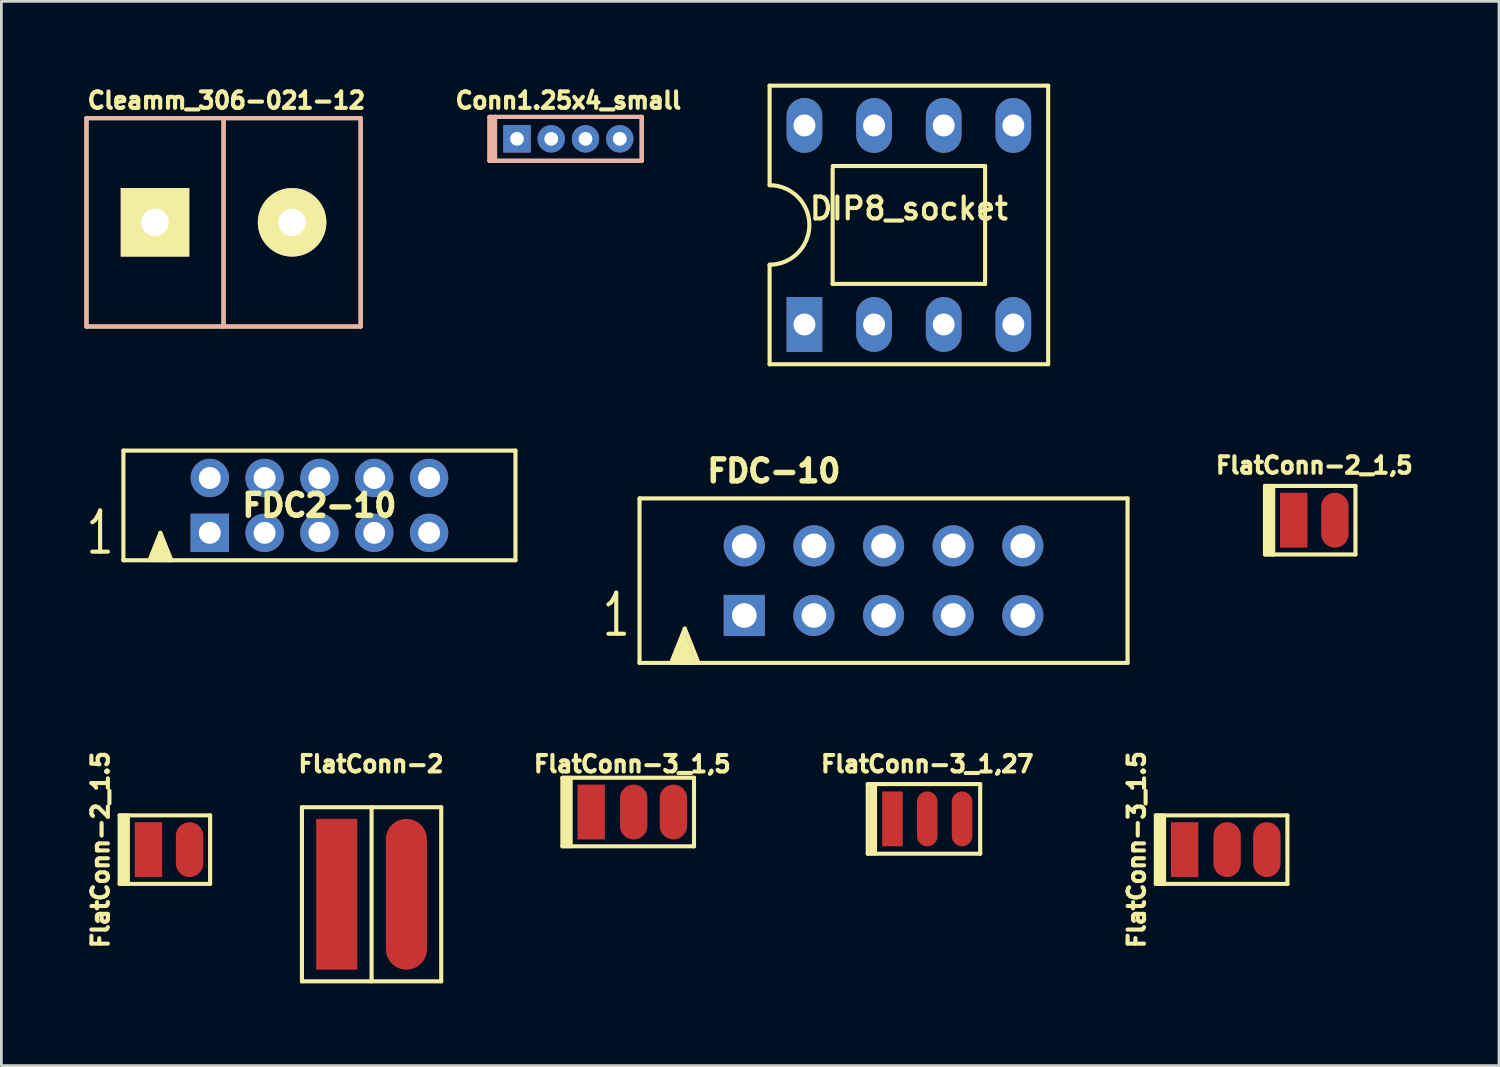
<source format=kicad_pcb>
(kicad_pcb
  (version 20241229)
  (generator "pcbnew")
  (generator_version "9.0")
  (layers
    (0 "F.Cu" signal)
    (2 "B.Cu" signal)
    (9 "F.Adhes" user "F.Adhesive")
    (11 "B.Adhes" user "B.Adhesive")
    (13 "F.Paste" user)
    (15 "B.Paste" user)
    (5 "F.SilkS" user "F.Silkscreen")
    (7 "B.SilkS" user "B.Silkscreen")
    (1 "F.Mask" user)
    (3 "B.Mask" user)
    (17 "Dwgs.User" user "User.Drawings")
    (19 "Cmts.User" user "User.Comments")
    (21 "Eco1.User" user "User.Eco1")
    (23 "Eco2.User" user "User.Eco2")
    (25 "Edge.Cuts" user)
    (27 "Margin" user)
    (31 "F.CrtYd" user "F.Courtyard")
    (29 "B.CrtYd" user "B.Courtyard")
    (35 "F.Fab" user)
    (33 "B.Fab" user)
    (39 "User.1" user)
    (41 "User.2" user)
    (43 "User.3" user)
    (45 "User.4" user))
  (footprint "Cleamm_306-021-12"
    (layer "F.Cu")
    (at 2.604 5.059)
    (property "Reference" "Cleamm_306-021-12" (at 2.603 -4.445 0) (layer "F.SilkS") (effects (font (size 0.6 0.6) (thickness 0.15))))
    (attr through_hole)
    (fp_line (start -2.5 3.8) (end -2.5 -3.8) (stroke (width 0.15) (type solid)) (layer "F.SilkS"))
    (fp_line (start 2.5 -3.8) (end 2.5 3.8) (stroke (width 0.15) (type solid)) (layer "F.SilkS"))
    (fp_line (start 7.5 -3.8) (end -2.5 -3.8) (stroke (width 0.15) (type solid)) (layer "F.SilkS"))
    (fp_line (start 7.5 -3.8) (end 7.5 3.8) (stroke (width 0.15) (type solid)) (layer "F.SilkS"))
    (fp_line (start 7.5 3.8) (end -2.5 3.8) (stroke (width 0.15) (type solid)) (layer "F.SilkS"))
    (fp_line (start -2.5 3.8) (end -2.5 -3.8) (stroke (width 0.15) (type solid)) (layer "B.SilkS"))
    (fp_line (start 2.5 -3.8) (end 2.5 3.8) (stroke (width 0.15) (type solid)) (layer "B.SilkS"))
    (fp_line (start 7.5 -3.8) (end -2.5 -3.8) (stroke (width 0.15) (type solid)) (layer "B.SilkS"))
    (fp_line (start 7.5 -3.8) (end 7.5 3.8) (stroke (width 0.15) (type solid)) (layer "B.SilkS"))
    (fp_line (start 7.5 3.8) (end -2.5 3.8) (stroke (width 0.15) (type solid)) (layer "B.SilkS"))
    (pad "1" thru_hole rect (at 0 0) (size 2.5 2.5) (drill 1) (layers "*.Cu" "*.Mask" "F.SilkS"))
    (pad "2" thru_hole circle (at 5 0) (size 2.5 2.5) (drill 1) (layers "*.Cu" "*.Mask" "F.SilkS")))
  (footprint "FlatConn-3_1,5"
    (layer "F.Cu")
    (at 20.013 26.568)
    (property "Reference" "FlatConn-3_1,5" (at 0 -1.75 0) (layer "F.SilkS") (effects (font (size 0.6 0.6) (thickness 0.15))))
    (attr through_hole)
    (fp_line (start -2.55 -1.25) (end 2.25 -1.25) (stroke (width 0.15) (type solid)) (layer "F.SilkS"))
    (fp_line (start -2.55 1.25) (end -2.55 -1.25) (stroke (width 0.15) (type solid)) (layer "F.SilkS"))
    (fp_line (start -2.45 -1.25) (end -2.45 1.25) (stroke (width 0.15) (type solid)) (layer "F.SilkS"))
    (fp_line (start -2.35 1.25) (end -2.35 -1.25) (stroke (width 0.15) (type solid)) (layer "F.SilkS"))
    (fp_line (start -2.25 1.25) (end -2.25 -1.25) (stroke (width 0.15) (type solid)) (layer "F.SilkS"))
    (fp_line (start 2.25 1.25) (end -2.55 1.25) (stroke (width 0.15) (type solid)) (layer "F.SilkS"))
    (fp_line (start 2.25 1.25) (end 2.25 -1.25) (stroke (width 0.15) (type solid)) (layer "F.SilkS"))
    (pad "1" smd rect (at -1.5 0) (size 1 2) (layers "F.Cu" "F.Mask" "F.Paste"))
    (pad "2" smd oval (at 0.05 0) (size 1 2) (layers "F.Cu" "F.Mask" "F.Paste"))
    (pad "3" smd oval (at 1.5 0) (size 1 2) (layers "F.Cu" "F.Mask" "F.Paste")))
  (footprint "FlatConn-2"
    (layer "F.Cu")
    (at 10.483 29.568)
    (property "Reference" "FlatConn-2" (at 0 -4.75 0) (layer "F.SilkS") (effects (font (size 0.6 0.6) (thickness 0.15))))
    (attr through_hole)
    (fp_line (start -2.52 -3.175) (end -2.52 3.175) (stroke (width 0.15) (type solid)) (layer "F.SilkS"))
    (fp_line (start -2.52 3.175) (end 2.56 3.175) (stroke (width 0.15) (type solid)) (layer "F.SilkS"))
    (fp_line (start 0.02 3.175) (end 0.02 -3.175) (stroke (width 0.15) (type solid)) (layer "F.SilkS"))
    (fp_line (start 2.56 -3.175) (end -2.52 -3.175) (stroke (width 0.15) (type solid)) (layer "F.SilkS"))
    (fp_line (start 2.56 3.175) (end 2.56 -3.175) (stroke (width 0.15) (type solid)) (layer "F.SilkS"))
    (pad "1" smd rect (at -1.25 0) (size 1.5 5.5) (layers "F.Cu" "F.Mask" "F.Paste"))
    (pad "2" smd oval (at 1.29 0) (size 1.5 5.5) (layers "F.Cu" "F.Mask" "F.Paste")))
  (footprint "Conn1.25x4_small"
    (layer "F.Cu")
    (at 17.681 2.014)
    (property "Reference" "Conn1.25x4_small" (at 0 -1.4 0) (layer "F.SilkS") (effects (font (size 0.6 0.6) (thickness 0.15))))
    (attr through_hole)
    (fp_line (start -2.875 -0.8) (end -2.675 -0.8) (stroke (width 0.15) (type solid)) (layer "F.SilkS"))
    (fp_line (start -2.875 0.8) (end -2.875 -0.8) (stroke (width 0.15) (type solid)) (layer "F.SilkS"))
    (fp_line (start -2.875 0.8) (end -2.675 0.8) (stroke (width 0.15) (type solid)) (layer "F.SilkS"))
    (fp_line (start -2.802 0.8) (end -2.802 -0.8) (stroke (width 0.15) (type solid)) (layer "F.SilkS"))
    (fp_line (start -2.675 -0.8) (end 2.675 -0.8) (stroke (width 0.15) (type solid)) (layer "F.SilkS"))
    (fp_line (start -2.675 0.8) (end -2.675 -0.8) (stroke (width 0.15) (type solid)) (layer "F.SilkS"))
    (fp_line (start 2.675 -0.8) (end 2.675 0.8) (stroke (width 0.15) (type solid)) (layer "F.SilkS"))
    (fp_line (start 2.675 0.8) (end -2.675 0.8) (stroke (width 0.15) (type solid)) (layer "F.SilkS"))
    (fp_line (start -2.875 -0.8) (end -2.675 -0.8) (stroke (width 0.15) (type solid)) (layer "B.SilkS"))
    (fp_line (start -2.875 0.8) (end -2.875 -0.8) (stroke (width 0.15) (type solid)) (layer "B.SilkS"))
    (fp_line (start -2.875 0.8) (end -2.675 0.8) (stroke (width 0.15) (type solid)) (layer "B.SilkS"))
    (fp_line (start -2.802 0.8) (end -2.802 -0.8) (stroke (width 0.15) (type solid)) (layer "B.SilkS"))
    (fp_line (start -2.675 -0.8) (end 2.675 -0.8) (stroke (width 0.15) (type solid)) (layer "B.SilkS"))
    (fp_line (start -2.675 0.8) (end -2.675 -0.8) (stroke (width 0.15) (type solid)) (layer "B.SilkS"))
    (fp_line (start 2.675 -0.8) (end 2.675 0.8) (stroke (width 0.15) (type solid)) (layer "B.SilkS"))
    (fp_line (start 2.675 0.8) (end -2.675 0.8) (stroke (width 0.15) (type solid)) (layer "B.SilkS"))
    (pad "1" thru_hole rect (at -1.875 0) (size 1 1) (drill 0.5) (layers "*.Cu" "*.Mask"))
    (pad "2" thru_hole circle (at -0.625 0) (size 1 1) (drill 0.5) (layers "*.Cu" "*.Mask"))
    (pad "3" thru_hole circle (at 0.625 0) (size 1 1) (drill 0.5) (layers "*.Cu" "*.Mask"))
    (pad "4" thru_hole circle (at 1.875 0) (size 1 1) (drill 0.5) (layers "*.Cu" "*.Mask")))
  (footprint "FDC2-10"
    (layer "F.Cu")
    (at 8.601 15.385)
    (property "Reference" "FDC2-10" (at 0 0 0) (layer "F.SilkS") (effects (font (size 0.8 0.8) (thickness 0.2))))
    (attr through_hole)
    (fp_line (start -7.15 2) (end -7.15 -2) (stroke (width 0.15) (type solid)) (layer "F.SilkS"))
    (fp_line (start -6.2 2) (end -5.8 1) (stroke (width 0.15) (type solid)) (layer "F.SilkS"))
    (fp_line (start -6 2) (end -6.1 1.8) (stroke (width 0.15) (type solid)) (layer "F.SilkS"))
    (fp_line (start -5.9 2) (end -6 1.7) (stroke (width 0.15) (type solid)) (layer "F.SilkS"))
    (fp_line (start -5.8 1) (end -5.4 2) (stroke (width 0.15) (type solid)) (layer "F.SilkS"))
    (fp_line (start -5.8 2) (end -6 1.6) (stroke (width 0.15) (type solid)) (layer "F.SilkS"))
    (fp_line (start -5.7 2) (end -5.9 1.5) (stroke (width 0.15) (type solid)) (layer "F.SilkS"))
    (fp_line (start -5.6 2) (end -5.9 1.3) (stroke (width 0.15) (type solid)) (layer "F.SilkS"))
    (fp_line (start -5.5 2) (end -5.8 1.2) (stroke (width 0.15) (type solid)) (layer "F.SilkS"))
    (fp_line (start 7.15 -2) (end -7.15 -2) (stroke (width 0.15) (type solid)) (layer "F.SilkS"))
    (fp_line (start 7.15 2) (end -7.15 2) (stroke (width 0.15) (type solid)) (layer "F.SilkS"))
    (fp_line (start 7.15 2) (end 7.15 -2) (stroke (width 0.15) (type solid)) (layer "F.SilkS"))
    (fp_text user "1" (at -8 1 0) (layer "F.SilkS") (effects (font (size 1.5 1) (thickness 0.15))))
    (pad "1" thru_hole rect (at -4 1) (size 1.4 1.4) (drill 0.8) (layers "*.Cu" "*.Mask"))
    (pad "2" thru_hole circle (at -4 -1) (size 1.4 1.4) (drill 0.8) (layers "*.Cu" "*.Mask"))
    (pad "3" thru_hole circle (at -2 1) (size 1.4 1.4) (drill 0.8) (layers "*.Cu" "*.Mask"))
    (pad "4" thru_hole circle (at -2 -1) (size 1.4 1.4) (drill 0.8) (layers "*.Cu" "*.Mask"))
    (pad "5" thru_hole circle (at 0 1) (size 1.4 1.4) (drill 0.8) (layers "*.Cu" "*.Mask"))
    (pad "6" thru_hole circle (at 0 -1) (size 1.4 1.4) (drill 0.8) (layers "*.Cu" "*.Mask"))
    (pad "7" thru_hole circle (at 2 1) (size 1.4 1.4) (drill 0.8) (layers "*.Cu" "*.Mask"))
    (pad "8" thru_hole circle (at 2 -1) (size 1.4 1.4) (drill 0.8) (layers "*.Cu" "*.Mask"))
    (pad "9" thru_hole circle (at 4 1) (size 1.4 1.4) (drill 0.8) (layers "*.Cu" "*.Mask"))
    (pad "10" thru_hole circle (at 4 -1) (size 1.4 1.4) (drill 0.8) (layers "*.Cu" "*.Mask")))
  (footprint "FlatConn-2_1,5"
    (layer "F.Cu")
    (at 44.889 15.924)
    (property "Reference" "FlatConn-2_1,5" (at 0 -2 0) (layer "F.SilkS") (effects (font (size 0.6 0.6) (thickness 0.15))))
    (attr through_hole)
    (fp_line (start -1.8 1.25) (end -1.8 -1.25) (stroke (width 0.15) (type solid)) (layer "F.SilkS"))
    (fp_line (start -1.7 -1.25) (end -1.7 1.25) (stroke (width 0.15) (type solid)) (layer "F.SilkS"))
    (fp_line (start -1.6 1.25) (end -1.6 -1.25) (stroke (width 0.15) (type solid)) (layer "F.SilkS"))
    (fp_line (start -1.5 -1.25) (end -1.8 -1.25) (stroke (width 0.15) (type solid)) (layer "F.SilkS"))
    (fp_line (start -1.5 -1.25) (end 1.5 -1.25) (stroke (width 0.15) (type solid)) (layer "F.SilkS"))
    (fp_line (start -1.5 1.25) (end -1.8 1.25) (stroke (width 0.15) (type solid)) (layer "F.SilkS"))
    (fp_line (start -1.5 1.25) (end -1.5 -1.25) (stroke (width 0.15) (type solid)) (layer "F.SilkS"))
    (fp_line (start 1.5 1.25) (end -1.5 1.25) (stroke (width 0.15) (type solid)) (layer "F.SilkS"))
    (fp_line (start 1.5 1.25) (end 1.5 -1.25) (stroke (width 0.15) (type solid)) (layer "F.SilkS"))
    (pad "1" smd rect (at -0.75 0) (size 1 2) (layers "F.Cu" "F.Mask" "F.Paste"))
    (pad "2" smd oval (at 0.75 0) (size 1 2) (layers "F.Cu" "F.Mask" "F.Paste")))
  (footprint "FlatConn-3_1.5"
    (layer "F.Cu")
    (at 41.658 27.94)
    (property "Reference" "FlatConn-3_1.5" (at -3.25 0 90) (layer "F.SilkS") (effects (font (size 0.6 0.6) (thickness 0.15))))
    (attr through_hole)
    (fp_line (start -2.55 -1.25) (end 2.25 -1.25) (stroke (width 0.15) (type solid)) (layer "F.SilkS"))
    (fp_line (start -2.55 1.25) (end -2.55 -1.25) (stroke (width 0.15) (type solid)) (layer "F.SilkS"))
    (fp_line (start -2.45 -1.25) (end -2.45 1.25) (stroke (width 0.15) (type solid)) (layer "F.SilkS"))
    (fp_line (start -2.35 1.25) (end -2.35 -1.25) (stroke (width 0.15) (type solid)) (layer "F.SilkS"))
    (fp_line (start -2.25 1.25) (end -2.25 -1.25) (stroke (width 0.15) (type solid)) (layer "F.SilkS"))
    (fp_line (start 2.25 1.25) (end -2.55 1.25) (stroke (width 0.15) (type solid)) (layer "F.SilkS"))
    (fp_line (start 2.25 1.25) (end 2.25 -1.25) (stroke (width 0.15) (type solid)) (layer "F.SilkS"))
    (pad "1" smd rect (at -1.5 0) (size 1 2) (layers "F.Cu" "F.Mask" "F.Paste"))
    (pad "2" smd oval (at 0.05 0) (size 1 2) (layers "F.Cu" "F.Mask" "F.Paste"))
    (pad "3" smd oval (at 1.5 0) (size 1 2) (layers "F.Cu" "F.Mask" "F.Paste")))
  (footprint "FDC-10"
    (layer "F.Cu")
    (at 29.177 18.129)
    (property "Reference" "FDC-10" (at -4 -4 0) (layer "F.SilkS") (effects (font (size 0.8 0.8) (thickness 0.2))))
    (attr through_hole)
    (fp_line (start -8.9 3) (end -8.9 -3) (stroke (width 0.15) (type solid)) (layer "F.SilkS"))
    (fp_line (start -7.75 3) (end -7.25 1.75) (stroke (width 0.15) (type solid)) (layer "F.SilkS"))
    (fp_line (start -7.7 3) (end -7.3 2) (stroke (width 0.15) (type solid)) (layer "F.SilkS"))
    (fp_line (start -7.5 3) (end -7.6 2.8) (stroke (width 0.15) (type solid)) (layer "F.SilkS"))
    (fp_line (start -7.4 3) (end -7.6 2.7) (stroke (width 0.15) (type solid)) (layer "F.SilkS"))
    (fp_line (start -7.3 2) (end -6.9 3) (stroke (width 0.15) (type solid)) (layer "F.SilkS"))
    (fp_line (start -7.3 3) (end -7.5 2.6) (stroke (width 0.15) (type solid)) (layer "F.SilkS"))
    (fp_line (start -7.25 1.75) (end -6.75 3) (stroke (width 0.15) (type solid)) (layer "F.SilkS"))
    (fp_line (start -7.2 3) (end -7.5 2.4) (stroke (width 0.15) (type solid)) (layer "F.SilkS"))
    (fp_line (start -7.1 3) (end -7.4 2.3) (stroke (width 0.15) (type solid)) (layer "F.SilkS"))
    (fp_line (start -7 3) (end -7.3 2.2) (stroke (width 0.15) (type solid)) (layer "F.SilkS"))
    (fp_line (start 8.9 -3) (end -8.9 -3) (stroke (width 0.15) (type solid)) (layer "F.SilkS"))
    (fp_line (start 8.9 3) (end -8.9 3) (stroke (width 0.15) (type solid)) (layer "F.SilkS"))
    (fp_line (start 8.9 3) (end 8.9 -3) (stroke (width 0.15) (type solid)) (layer "F.SilkS"))
    (fp_text user "1" (at -9.75 1.25 0) (layer "F.SilkS") (effects (font (size 1.5 1) (thickness 0.15))))
    (pad "1" thru_hole rect (at -5.08 1.27) (size 1.5 1.5) (drill 0.9) (layers "*.Cu" "*.Mask"))
    (pad "2" thru_hole circle (at -5.08 -1.27) (size 1.5 1.5) (drill 0.9) (layers "*.Cu" "*.Mask"))
    (pad "3" thru_hole circle (at -2.54 1.27) (size 1.5 1.5) (drill 0.9) (layers "*.Cu" "*.Mask"))
    (pad "4" thru_hole circle (at -2.54 -1.27) (size 1.5 1.5) (drill 0.9) (layers "*.Cu" "*.Mask"))
    (pad "5" thru_hole circle (at 0 1.27) (size 1.5 1.5) (drill 0.9) (layers "*.Cu" "*.Mask"))
    (pad "6" thru_hole circle (at 0 -1.27) (size 1.5 1.5) (drill 0.9) (layers "*.Cu" "*.Mask"))
    (pad "7" thru_hole circle (at 2.54 1.27) (size 1.5 1.5) (drill 0.9) (layers "*.Cu" "*.Mask"))
    (pad "8" thru_hole circle (at 2.54 -1.27) (size 1.5 1.5) (drill 0.9) (layers "*.Cu" "*.Mask"))
    (pad "9" thru_hole circle (at 5.08 1.27) (size 1.5 1.5) (drill 0.9) (layers "*.Cu" "*.Mask"))
    (pad "10" thru_hole circle (at 5.08 -1.27) (size 1.5 1.5) (drill 0.9) (layers "*.Cu" "*.Mask")))
  (footprint "FlatConn-3_1,27"
    (layer "F.Cu")
    (at 30.771 26.818)
    (property "Reference" "FlatConn-3_1,27" (at 0 -2 0) (layer "F.SilkS") (effects (font (size 0.6 0.6) (thickness 0.15))))
    (attr through_hole)
    (fp_line (start -2.17 -1.27) (end 1.93 -1.27) (stroke (width 0.15) (type solid)) (layer "F.SilkS"))
    (fp_line (start -2.17 1.27) (end -2.17 -1.27) (stroke (width 0.15) (type solid)) (layer "F.SilkS"))
    (fp_line (start -2.17 1.27) (end 1.93 1.27) (stroke (width 0.15) (type solid)) (layer "F.SilkS"))
    (fp_line (start -2.032 -1.27) (end -2.032 1.27) (stroke (width 0.15) (type solid)) (layer "F.SilkS"))
    (fp_line (start -1.905 1.27) (end -1.905 -1.27) (stroke (width 0.15) (type solid)) (layer "F.SilkS"))
    (fp_line (start 1.93 -1.27) (end 1.93 1.27) (stroke (width 0.15) (type solid)) (layer "F.SilkS"))
    (pad "1" smd rect (at -1.27 0) (size 0.75 2) (layers "F.Cu" "F.Mask" "F.Paste"))
    (pad "2" smd oval (at 0 0) (size 0.75 2) (layers "F.Cu" "F.Mask" "F.Paste"))
    (pad "3" smd oval (at 1.27 0) (size 0.75 2) (layers "F.Cu" "F.Mask" "F.Paste")))
  (footprint "DIP8_socket"
    (layer "F.Cu")
    (at 30.101 5.155)
    (property "Reference" "DIP8_socket" (at 0 -0.6 180) (layer "F.SilkS") (effects (font (size 0.8 0.8) (thickness 0.15))))
    (attr through_hole)
    (fp_line (start -5.08 -5.08) (end -5.08 -1.45) (stroke (width 0.15) (type solid)) (layer "F.SilkS"))
    (fp_line (start -5.08 1.45) (end -5.08 5.08) (stroke (width 0.15) (type solid)) (layer "F.SilkS"))
    (fp_line (start -5.08 5.08) (end 5.08 5.08) (stroke (width 0.15) (type solid)) (layer "F.SilkS"))
    (fp_line (start -2.78 -2.15) (end 2.78 -2.15) (stroke (width 0.15) (type solid)) (layer "F.SilkS"))
    (fp_line (start -2.78 2.15) (end -2.78 -2.05) (stroke (width 0.15) (type solid)) (layer "F.SilkS"))
    (fp_line (start -2.78 2.15) (end 2.78 2.15) (stroke (width 0.15) (type solid)) (layer "F.SilkS"))
    (fp_line (start 2.78 2.15) (end 2.78 -2.15) (stroke (width 0.15) (type solid)) (layer "F.SilkS"))
    (fp_line (start 5.08 -5.08) (end -5.08 -5.08) (stroke (width 0.15) (type solid)) (layer "F.SilkS"))
    (fp_line (start 5.08 5.08) (end 5.08 -5.08) (stroke (width 0.15) (type solid)) (layer "F.SilkS"))
    (fp_arc (start -5.08 -1.45) (mid -3.63 0) (end -5.08 1.45) (stroke (width 0.15) (type solid)) (layer "F.SilkS"))
    (pad "1" thru_hole rect (at -3.81 3.63) (size 1.3 2) (drill 0.8) (layers "*.Cu" "*.Mask"))
    (pad "2" thru_hole oval (at -1.27 3.63) (size 1.3 2) (drill 0.8) (layers "*.Cu" "*.Mask"))
    (pad "3" thru_hole oval (at 1.27 3.63) (size 1.3 2) (drill 0.8) (layers "*.Cu" "*.Mask"))
    (pad "4" thru_hole oval (at 3.81 3.63) (size 1.3 2) (drill 0.8) (layers "*.Cu" "*.Mask"))
    (pad "5" thru_hole oval (at 3.81 -3.63) (size 1.3 2) (drill 0.8) (layers "*.Cu" "*.Mask"))
    (pad "6" thru_hole oval (at 1.27 -3.63) (size 1.3 2) (drill 0.8) (layers "*.Cu" "*.Mask"))
    (pad "7" thru_hole oval (at -1.27 -3.63) (size 1.3 2) (drill 0.8) (layers "*.Cu" "*.Mask"))
    (pad "8" thru_hole oval (at -3.81 -3.63) (size 1.3 2) (drill 0.8) (layers "*.Cu" "*.Mask")))
  (footprint "FlatConn-2_1.5"
    (layer "F.Cu")
    (at 3.114 27.94)
    (property "Reference" "FlatConn-2_1.5" (at -2.5 0 90) (layer "F.SilkS") (effects (font (size 0.6 0.6) (thickness 0.15))))
    (attr through_hole)
    (fp_line (start -1.8 -1.25) (end 1.5 -1.25) (stroke (width 0.15) (type solid)) (layer "F.SilkS"))
    (fp_line (start -1.8 1.25) (end -1.8 -1.25) (stroke (width 0.15) (type solid)) (layer "F.SilkS"))
    (fp_line (start -1.7 -1.25) (end -1.7 1.25) (stroke (width 0.15) (type solid)) (layer "F.SilkS"))
    (fp_line (start -1.6 1.25) (end -1.6 -1.25) (stroke (width 0.15) (type solid)) (layer "F.SilkS"))
    (fp_line (start -1.5 1.25) (end -1.5 -1.25) (stroke (width 0.15) (type solid)) (layer "F.SilkS"))
    (fp_line (start 1.5 1.25) (end -1.8 1.25) (stroke (width 0.15) (type solid)) (layer "F.SilkS"))
    (fp_line (start 1.5 1.25) (end 1.5 -1.25) (stroke (width 0.15) (type solid)) (layer "F.SilkS"))
    (pad "1" smd rect (at -0.75 0) (size 1 2) (layers "F.Cu" "F.Mask" "F.Paste"))
    (pad "2" smd oval (at 0.75 0) (size 1 2) (layers "F.Cu" "F.Mask" "F.Paste")))
  (gr_rect
    (start -3 -3)
    (end 51.625 35.818)
    (stroke (width 0.1) (type default))
    (fill no)
    (layer "Edge.Cuts")))
</source>
